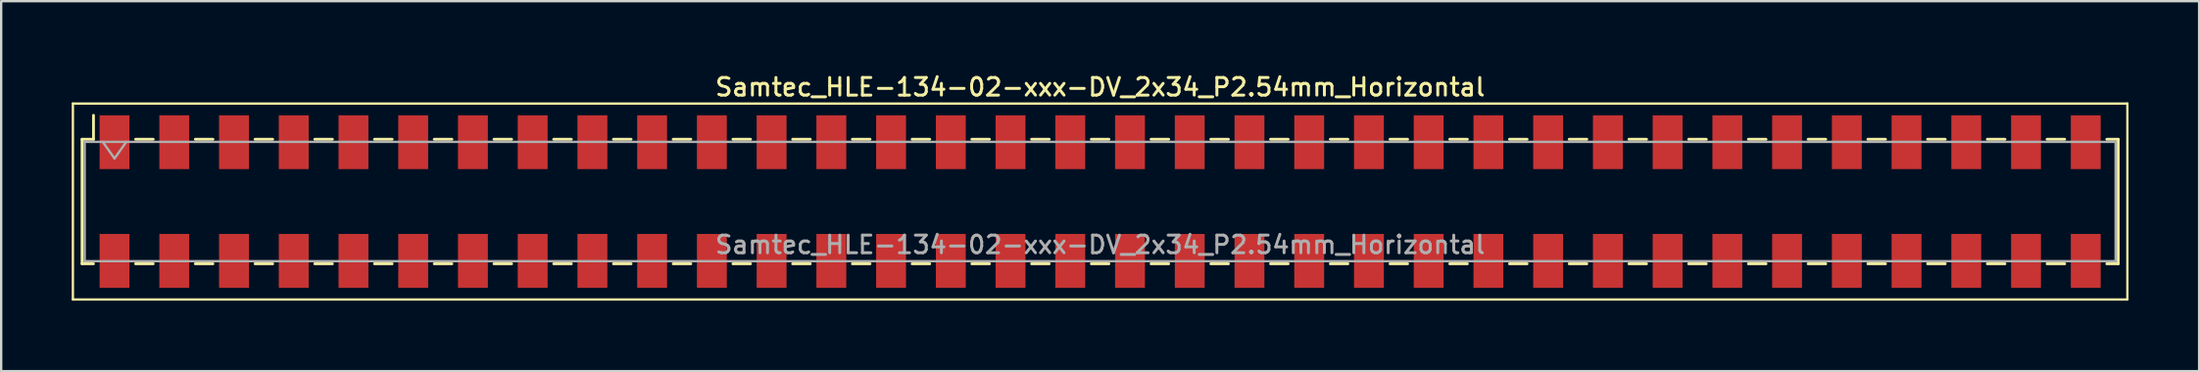
<source format=kicad_pcb>
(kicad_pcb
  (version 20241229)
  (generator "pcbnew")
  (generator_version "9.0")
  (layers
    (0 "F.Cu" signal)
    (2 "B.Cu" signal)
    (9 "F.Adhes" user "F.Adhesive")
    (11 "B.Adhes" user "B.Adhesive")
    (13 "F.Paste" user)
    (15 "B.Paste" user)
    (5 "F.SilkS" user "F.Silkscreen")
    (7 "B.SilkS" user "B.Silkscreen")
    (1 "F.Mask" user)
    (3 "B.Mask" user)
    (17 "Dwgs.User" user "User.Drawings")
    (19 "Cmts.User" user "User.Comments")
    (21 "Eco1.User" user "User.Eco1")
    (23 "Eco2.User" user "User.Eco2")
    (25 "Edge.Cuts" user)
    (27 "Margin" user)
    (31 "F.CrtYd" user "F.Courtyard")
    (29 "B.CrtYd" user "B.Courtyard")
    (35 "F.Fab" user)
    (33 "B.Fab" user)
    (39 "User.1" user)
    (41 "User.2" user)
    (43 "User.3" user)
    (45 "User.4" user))
  (footprint "Samtec_HLE-134-02-xxx-DV_2x34_P2.54mm_Horizontal"
    (layer "F.Cu")
    (at 43.73 5.528)
    (property "Reference" "Samtec_HLE-134-02-xxx-DV_2x34_P2.54mm_Horizontal" (at 0 -4.87 0) (layer "F.SilkS") (effects (font (size 0.75 0.75) (thickness 0.125))))
    (attr smd)
    (fp_line (start -43.68 -4.17) (end 43.68 -4.17) (stroke (width 0.1) (type solid)) (layer "F.SilkS"))
    (fp_line (start -43.68 4.17) (end -43.68 -4.17) (stroke (width 0.1) (type solid)) (layer "F.SilkS"))
    (fp_line (start -43.29 -2.65) (end -43.29 2.65) (stroke (width 0.12) (type solid)) (layer "F.SilkS"))
    (fp_line (start -43.29 2.65) (end -42.805 2.65) (stroke (width 0.12) (type solid)) (layer "F.SilkS"))
    (fp_line (start -42.805 -3.67) (end -42.805 -2.65) (stroke (width 0.12) (type solid)) (layer "F.SilkS"))
    (fp_line (start -42.805 -2.65) (end -43.29 -2.65) (stroke (width 0.12) (type solid)) (layer "F.SilkS"))
    (fp_line (start -41.015 -2.65) (end -40.265 -2.65) (stroke (width 0.12) (type solid)) (layer "F.SilkS"))
    (fp_line (start -41.015 2.65) (end -40.265 2.65) (stroke (width 0.12) (type solid)) (layer "F.SilkS"))
    (fp_line (start -38.475 -2.65) (end -37.725 -2.65) (stroke (width 0.12) (type solid)) (layer "F.SilkS"))
    (fp_line (start -38.475 2.65) (end -37.725 2.65) (stroke (width 0.12) (type solid)) (layer "F.SilkS"))
    (fp_line (start -35.935 -2.65) (end -35.185 -2.65) (stroke (width 0.12) (type solid)) (layer "F.SilkS"))
    (fp_line (start -35.935 2.65) (end -35.185 2.65) (stroke (width 0.12) (type solid)) (layer "F.SilkS"))
    (fp_line (start -33.395 -2.65) (end -32.645 -2.65) (stroke (width 0.12) (type solid)) (layer "F.SilkS"))
    (fp_line (start -33.395 2.65) (end -32.645 2.65) (stroke (width 0.12) (type solid)) (layer "F.SilkS"))
    (fp_line (start -30.855 -2.65) (end -30.105 -2.65) (stroke (width 0.12) (type solid)) (layer "F.SilkS"))
    (fp_line (start -30.855 2.65) (end -30.105 2.65) (stroke (width 0.12) (type solid)) (layer "F.SilkS"))
    (fp_line (start -28.315 -2.65) (end -27.565 -2.65) (stroke (width 0.12) (type solid)) (layer "F.SilkS"))
    (fp_line (start -28.315 2.65) (end -27.565 2.65) (stroke (width 0.12) (type solid)) (layer "F.SilkS"))
    (fp_line (start -25.775 -2.65) (end -25.025 -2.65) (stroke (width 0.12) (type solid)) (layer "F.SilkS"))
    (fp_line (start -25.775 2.65) (end -25.025 2.65) (stroke (width 0.12) (type solid)) (layer "F.SilkS"))
    (fp_line (start -23.235 -2.65) (end -22.485 -2.65) (stroke (width 0.12) (type solid)) (layer "F.SilkS"))
    (fp_line (start -23.235 2.65) (end -22.485 2.65) (stroke (width 0.12) (type solid)) (layer "F.SilkS"))
    (fp_line (start -20.695 -2.65) (end -19.945 -2.65) (stroke (width 0.12) (type solid)) (layer "F.SilkS"))
    (fp_line (start -20.695 2.65) (end -19.945 2.65) (stroke (width 0.12) (type solid)) (layer "F.SilkS"))
    (fp_line (start -18.155 -2.65) (end -17.405 -2.65) (stroke (width 0.12) (type solid)) (layer "F.SilkS"))
    (fp_line (start -18.155 2.65) (end -17.405 2.65) (stroke (width 0.12) (type solid)) (layer "F.SilkS"))
    (fp_line (start -15.615 -2.65) (end -14.865 -2.65) (stroke (width 0.12) (type solid)) (layer "F.SilkS"))
    (fp_line (start -15.615 2.65) (end -14.865 2.65) (stroke (width 0.12) (type solid)) (layer "F.SilkS"))
    (fp_line (start -13.075 -2.65) (end -12.325 -2.65) (stroke (width 0.12) (type solid)) (layer "F.SilkS"))
    (fp_line (start -13.075 2.65) (end -12.325 2.65) (stroke (width 0.12) (type solid)) (layer "F.SilkS"))
    (fp_line (start -10.535 -2.65) (end -9.785 -2.65) (stroke (width 0.12) (type solid)) (layer "F.SilkS"))
    (fp_line (start -10.535 2.65) (end -9.785 2.65) (stroke (width 0.12) (type solid)) (layer "F.SilkS"))
    (fp_line (start -7.995 -2.65) (end -7.245 -2.65) (stroke (width 0.12) (type solid)) (layer "F.SilkS"))
    (fp_line (start -7.995 2.65) (end -7.245 2.65) (stroke (width 0.12) (type solid)) (layer "F.SilkS"))
    (fp_line (start -5.455 -2.65) (end -4.705 -2.65) (stroke (width 0.12) (type solid)) (layer "F.SilkS"))
    (fp_line (start -5.455 2.65) (end -4.705 2.65) (stroke (width 0.12) (type solid)) (layer "F.SilkS"))
    (fp_line (start -2.915 -2.65) (end -2.165 -2.65) (stroke (width 0.12) (type solid)) (layer "F.SilkS"))
    (fp_line (start -2.915 2.65) (end -2.165 2.65) (stroke (width 0.12) (type solid)) (layer "F.SilkS"))
    (fp_line (start -0.375 -2.65) (end 0.375 -2.65) (stroke (width 0.12) (type solid)) (layer "F.SilkS"))
    (fp_line (start -0.375 2.65) (end 0.375 2.65) (stroke (width 0.12) (type solid)) (layer "F.SilkS"))
    (fp_line (start 2.165 -2.65) (end 2.915 -2.65) (stroke (width 0.12) (type solid)) (layer "F.SilkS"))
    (fp_line (start 2.165 2.65) (end 2.915 2.65) (stroke (width 0.12) (type solid)) (layer "F.SilkS"))
    (fp_line (start 4.705 -2.65) (end 5.455 -2.65) (stroke (width 0.12) (type solid)) (layer "F.SilkS"))
    (fp_line (start 4.705 2.65) (end 5.455 2.65) (stroke (width 0.12) (type solid)) (layer "F.SilkS"))
    (fp_line (start 7.245 -2.65) (end 7.995 -2.65) (stroke (width 0.12) (type solid)) (layer "F.SilkS"))
    (fp_line (start 7.245 2.65) (end 7.995 2.65) (stroke (width 0.12) (type solid)) (layer "F.SilkS"))
    (fp_line (start 9.785 -2.65) (end 10.535 -2.65) (stroke (width 0.12) (type solid)) (layer "F.SilkS"))
    (fp_line (start 9.785 2.65) (end 10.535 2.65) (stroke (width 0.12) (type solid)) (layer "F.SilkS"))
    (fp_line (start 12.325 -2.65) (end 13.075 -2.65) (stroke (width 0.12) (type solid)) (layer "F.SilkS"))
    (fp_line (start 12.325 2.65) (end 13.075 2.65) (stroke (width 0.12) (type solid)) (layer "F.SilkS"))
    (fp_line (start 14.865 -2.65) (end 15.615 -2.65) (stroke (width 0.12) (type solid)) (layer "F.SilkS"))
    (fp_line (start 14.865 2.65) (end 15.615 2.65) (stroke (width 0.12) (type solid)) (layer "F.SilkS"))
    (fp_line (start 17.405 -2.65) (end 18.155 -2.65) (stroke (width 0.12) (type solid)) (layer "F.SilkS"))
    (fp_line (start 17.405 2.65) (end 18.155 2.65) (stroke (width 0.12) (type solid)) (layer "F.SilkS"))
    (fp_line (start 19.945 -2.65) (end 20.695 -2.65) (stroke (width 0.12) (type solid)) (layer "F.SilkS"))
    (fp_line (start 19.945 2.65) (end 20.695 2.65) (stroke (width 0.12) (type solid)) (layer "F.SilkS"))
    (fp_line (start 22.485 -2.65) (end 23.235 -2.65) (stroke (width 0.12) (type solid)) (layer "F.SilkS"))
    (fp_line (start 22.485 2.65) (end 23.235 2.65) (stroke (width 0.12) (type solid)) (layer "F.SilkS"))
    (fp_line (start 25.025 -2.65) (end 25.775 -2.65) (stroke (width 0.12) (type solid)) (layer "F.SilkS"))
    (fp_line (start 25.025 2.65) (end 25.775 2.65) (stroke (width 0.12) (type solid)) (layer "F.SilkS"))
    (fp_line (start 27.565 -2.65) (end 28.315 -2.65) (stroke (width 0.12) (type solid)) (layer "F.SilkS"))
    (fp_line (start 27.565 2.65) (end 28.315 2.65) (stroke (width 0.12) (type solid)) (layer "F.SilkS"))
    (fp_line (start 30.105 -2.65) (end 30.855 -2.65) (stroke (width 0.12) (type solid)) (layer "F.SilkS"))
    (fp_line (start 30.105 2.65) (end 30.855 2.65) (stroke (width 0.12) (type solid)) (layer "F.SilkS"))
    (fp_line (start 32.645 -2.65) (end 33.395 -2.65) (stroke (width 0.12) (type solid)) (layer "F.SilkS"))
    (fp_line (start 32.645 2.65) (end 33.395 2.65) (stroke (width 0.12) (type solid)) (layer "F.SilkS"))
    (fp_line (start 35.185 -2.65) (end 35.935 -2.65) (stroke (width 0.12) (type solid)) (layer "F.SilkS"))
    (fp_line (start 35.185 2.65) (end 35.935 2.65) (stroke (width 0.12) (type solid)) (layer "F.SilkS"))
    (fp_line (start 37.725 -2.65) (end 38.475 -2.65) (stroke (width 0.12) (type solid)) (layer "F.SilkS"))
    (fp_line (start 37.725 2.65) (end 38.475 2.65) (stroke (width 0.12) (type solid)) (layer "F.SilkS"))
    (fp_line (start 40.265 -2.65) (end 41.015 -2.65) (stroke (width 0.12) (type solid)) (layer "F.SilkS"))
    (fp_line (start 40.265 2.65) (end 41.015 2.65) (stroke (width 0.12) (type solid)) (layer "F.SilkS"))
    (fp_line (start 42.805 -2.65) (end 43.29 -2.65) (stroke (width 0.12) (type solid)) (layer "F.SilkS"))
    (fp_line (start 43.29 -2.65) (end 43.29 2.65) (stroke (width 0.12) (type solid)) (layer "F.SilkS"))
    (fp_line (start 43.29 2.65) (end 42.805 2.65) (stroke (width 0.12) (type solid)) (layer "F.SilkS"))
    (fp_line (start 43.68 -4.17) (end 43.68 4.17) (stroke (width 0.1) (type solid)) (layer "F.SilkS"))
    (fp_line (start 43.68 4.17) (end -43.68 4.17) (stroke (width 0.1) (type solid)) (layer "F.SilkS"))
    (fp_line (start -43.18 -2.54) (end 43.18 -2.54) (stroke (width 0.1) (type solid)) (layer "F.Fab"))
    (fp_line (start -43.18 2.54) (end -43.18 -2.54) (stroke (width 0.1) (type solid)) (layer "F.Fab"))
    (fp_line (start -42.41 -2.54) (end -41.91 -1.833) (stroke (width 0.1) (type solid)) (layer "F.Fab"))
    (fp_line (start -41.91 -1.833) (end -41.41 -2.54) (stroke (width 0.1) (type solid)) (layer "F.Fab"))
    (fp_line (start 43.18 -2.54) (end 43.18 2.54) (stroke (width 0.1) (type solid)) (layer "F.Fab"))
    (fp_line (start 43.18 2.54) (end -43.18 2.54) (stroke (width 0.1) (type solid)) (layer "F.Fab"))
    (fp_text user "${REFERENCE}" (at 0 1.84 0) (layer "F.Fab") (effects (font (size 0.75 0.75) (thickness 0.125))))
    (pad "1" smd rect (at -41.91 -2.525) (size 1.27 2.29) (layers "F.Cu" "F.Mask" "F.Paste"))
    (pad "2" smd rect (at -41.91 2.525) (size 1.27 2.29) (layers "F.Cu" "F.Mask" "F.Paste"))
    (pad "3" smd rect (at -39.37 -2.525) (size 1.27 2.29) (layers "F.Cu" "F.Mask" "F.Paste"))
    (pad "4" smd rect (at -39.37 2.525) (size 1.27 2.29) (layers "F.Cu" "F.Mask" "F.Paste"))
    (pad "5" smd rect (at -36.83 -2.525) (size 1.27 2.29) (layers "F.Cu" "F.Mask" "F.Paste"))
    (pad "6" smd rect (at -36.83 2.525) (size 1.27 2.29) (layers "F.Cu" "F.Mask" "F.Paste"))
    (pad "7" smd rect (at -34.29 -2.525) (size 1.27 2.29) (layers "F.Cu" "F.Mask" "F.Paste"))
    (pad "8" smd rect (at -34.29 2.525) (size 1.27 2.29) (layers "F.Cu" "F.Mask" "F.Paste"))
    (pad "9" smd rect (at -31.75 -2.525) (size 1.27 2.29) (layers "F.Cu" "F.Mask" "F.Paste"))
    (pad "10" smd rect (at -31.75 2.525) (size 1.27 2.29) (layers "F.Cu" "F.Mask" "F.Paste"))
    (pad "11" smd rect (at -29.21 -2.525) (size 1.27 2.29) (layers "F.Cu" "F.Mask" "F.Paste"))
    (pad "12" smd rect (at -29.21 2.525) (size 1.27 2.29) (layers "F.Cu" "F.Mask" "F.Paste"))
    (pad "13" smd rect (at -26.67 -2.525) (size 1.27 2.29) (layers "F.Cu" "F.Mask" "F.Paste"))
    (pad "14" smd rect (at -26.67 2.525) (size 1.27 2.29) (layers "F.Cu" "F.Mask" "F.Paste"))
    (pad "15" smd rect (at -24.13 -2.525) (size 1.27 2.29) (layers "F.Cu" "F.Mask" "F.Paste"))
    (pad "16" smd rect (at -24.13 2.525) (size 1.27 2.29) (layers "F.Cu" "F.Mask" "F.Paste"))
    (pad "17" smd rect (at -21.59 -2.525) (size 1.27 2.29) (layers "F.Cu" "F.Mask" "F.Paste"))
    (pad "18" smd rect (at -21.59 2.525) (size 1.27 2.29) (layers "F.Cu" "F.Mask" "F.Paste"))
    (pad "19" smd rect (at -19.05 -2.525) (size 1.27 2.29) (layers "F.Cu" "F.Mask" "F.Paste"))
    (pad "20" smd rect (at -19.05 2.525) (size 1.27 2.29) (layers "F.Cu" "F.Mask" "F.Paste"))
    (pad "21" smd rect (at -16.51 -2.525) (size 1.27 2.29) (layers "F.Cu" "F.Mask" "F.Paste"))
    (pad "22" smd rect (at -16.51 2.525) (size 1.27 2.29) (layers "F.Cu" "F.Mask" "F.Paste"))
    (pad "23" smd rect (at -13.97 -2.525) (size 1.27 2.29) (layers "F.Cu" "F.Mask" "F.Paste"))
    (pad "24" smd rect (at -13.97 2.525) (size 1.27 2.29) (layers "F.Cu" "F.Mask" "F.Paste"))
    (pad "25" smd rect (at -11.43 -2.525) (size 1.27 2.29) (layers "F.Cu" "F.Mask" "F.Paste"))
    (pad "26" smd rect (at -11.43 2.525) (size 1.27 2.29) (layers "F.Cu" "F.Mask" "F.Paste"))
    (pad "27" smd rect (at -8.89 -2.525) (size 1.27 2.29) (layers "F.Cu" "F.Mask" "F.Paste"))
    (pad "28" smd rect (at -8.89 2.525) (size 1.27 2.29) (layers "F.Cu" "F.Mask" "F.Paste"))
    (pad "29" smd rect (at -6.35 -2.525) (size 1.27 2.29) (layers "F.Cu" "F.Mask" "F.Paste"))
    (pad "30" smd rect (at -6.35 2.525) (size 1.27 2.29) (layers "F.Cu" "F.Mask" "F.Paste"))
    (pad "31" smd rect (at -3.81 -2.525) (size 1.27 2.29) (layers "F.Cu" "F.Mask" "F.Paste"))
    (pad "32" smd rect (at -3.81 2.525) (size 1.27 2.29) (layers "F.Cu" "F.Mask" "F.Paste"))
    (pad "33" smd rect (at -1.27 -2.525) (size 1.27 2.29) (layers "F.Cu" "F.Mask" "F.Paste"))
    (pad "34" smd rect (at -1.27 2.525) (size 1.27 2.29) (layers "F.Cu" "F.Mask" "F.Paste"))
    (pad "35" smd rect (at 1.27 -2.525) (size 1.27 2.29) (layers "F.Cu" "F.Mask" "F.Paste"))
    (pad "36" smd rect (at 1.27 2.525) (size 1.27 2.29) (layers "F.Cu" "F.Mask" "F.Paste"))
    (pad "37" smd rect (at 3.81 -2.525) (size 1.27 2.29) (layers "F.Cu" "F.Mask" "F.Paste"))
    (pad "38" smd rect (at 3.81 2.525) (size 1.27 2.29) (layers "F.Cu" "F.Mask" "F.Paste"))
    (pad "39" smd rect (at 6.35 -2.525) (size 1.27 2.29) (layers "F.Cu" "F.Mask" "F.Paste"))
    (pad "40" smd rect (at 6.35 2.525) (size 1.27 2.29) (layers "F.Cu" "F.Mask" "F.Paste"))
    (pad "41" smd rect (at 8.89 -2.525) (size 1.27 2.29) (layers "F.Cu" "F.Mask" "F.Paste"))
    (pad "42" smd rect (at 8.89 2.525) (size 1.27 2.29) (layers "F.Cu" "F.Mask" "F.Paste"))
    (pad "43" smd rect (at 11.43 -2.525) (size 1.27 2.29) (layers "F.Cu" "F.Mask" "F.Paste"))
    (pad "44" smd rect (at 11.43 2.525) (size 1.27 2.29) (layers "F.Cu" "F.Mask" "F.Paste"))
    (pad "45" smd rect (at 13.97 -2.525) (size 1.27 2.29) (layers "F.Cu" "F.Mask" "F.Paste"))
    (pad "46" smd rect (at 13.97 2.525) (size 1.27 2.29) (layers "F.Cu" "F.Mask" "F.Paste"))
    (pad "47" smd rect (at 16.51 -2.525) (size 1.27 2.29) (layers "F.Cu" "F.Mask" "F.Paste"))
    (pad "48" smd rect (at 16.51 2.525) (size 1.27 2.29) (layers "F.Cu" "F.Mask" "F.Paste"))
    (pad "49" smd rect (at 19.05 -2.525) (size 1.27 2.29) (layers "F.Cu" "F.Mask" "F.Paste"))
    (pad "50" smd rect (at 19.05 2.525) (size 1.27 2.29) (layers "F.Cu" "F.Mask" "F.Paste"))
    (pad "51" smd rect (at 21.59 -2.525) (size 1.27 2.29) (layers "F.Cu" "F.Mask" "F.Paste"))
    (pad "52" smd rect (at 21.59 2.525) (size 1.27 2.29) (layers "F.Cu" "F.Mask" "F.Paste"))
    (pad "53" smd rect (at 24.13 -2.525) (size 1.27 2.29) (layers "F.Cu" "F.Mask" "F.Paste"))
    (pad "54" smd rect (at 24.13 2.525) (size 1.27 2.29) (layers "F.Cu" "F.Mask" "F.Paste"))
    (pad "55" smd rect (at 26.67 -2.525) (size 1.27 2.29) (layers "F.Cu" "F.Mask" "F.Paste"))
    (pad "56" smd rect (at 26.67 2.525) (size 1.27 2.29) (layers "F.Cu" "F.Mask" "F.Paste"))
    (pad "57" smd rect (at 29.21 -2.525) (size 1.27 2.29) (layers "F.Cu" "F.Mask" "F.Paste"))
    (pad "58" smd rect (at 29.21 2.525) (size 1.27 2.29) (layers "F.Cu" "F.Mask" "F.Paste"))
    (pad "59" smd rect (at 31.75 -2.525) (size 1.27 2.29) (layers "F.Cu" "F.Mask" "F.Paste"))
    (pad "60" smd rect (at 31.75 2.525) (size 1.27 2.29) (layers "F.Cu" "F.Mask" "F.Paste"))
    (pad "61" smd rect (at 34.29 -2.525) (size 1.27 2.29) (layers "F.Cu" "F.Mask" "F.Paste"))
    (pad "62" smd rect (at 34.29 2.525) (size 1.27 2.29) (layers "F.Cu" "F.Mask" "F.Paste"))
    (pad "63" smd rect (at 36.83 -2.525) (size 1.27 2.29) (layers "F.Cu" "F.Mask" "F.Paste"))
    (pad "64" smd rect (at 36.83 2.525) (size 1.27 2.29) (layers "F.Cu" "F.Mask" "F.Paste"))
    (pad "65" smd rect (at 39.37 -2.525) (size 1.27 2.29) (layers "F.Cu" "F.Mask" "F.Paste"))
    (pad "66" smd rect (at 39.37 2.525) (size 1.27 2.29) (layers "F.Cu" "F.Mask" "F.Paste"))
    (pad "67" smd rect (at 41.91 -2.525) (size 1.27 2.29) (layers "F.Cu" "F.Mask" "F.Paste"))
    (pad "68" smd rect (at 41.91 2.525) (size 1.27 2.29) (layers "F.Cu" "F.Mask" "F.Paste")))
  (gr_rect
    (start -3 -3)
    (end 90.46 12.748)
    (stroke (width 0.1) (type default))
    (fill no)
    (layer "Edge.Cuts")))
</source>
